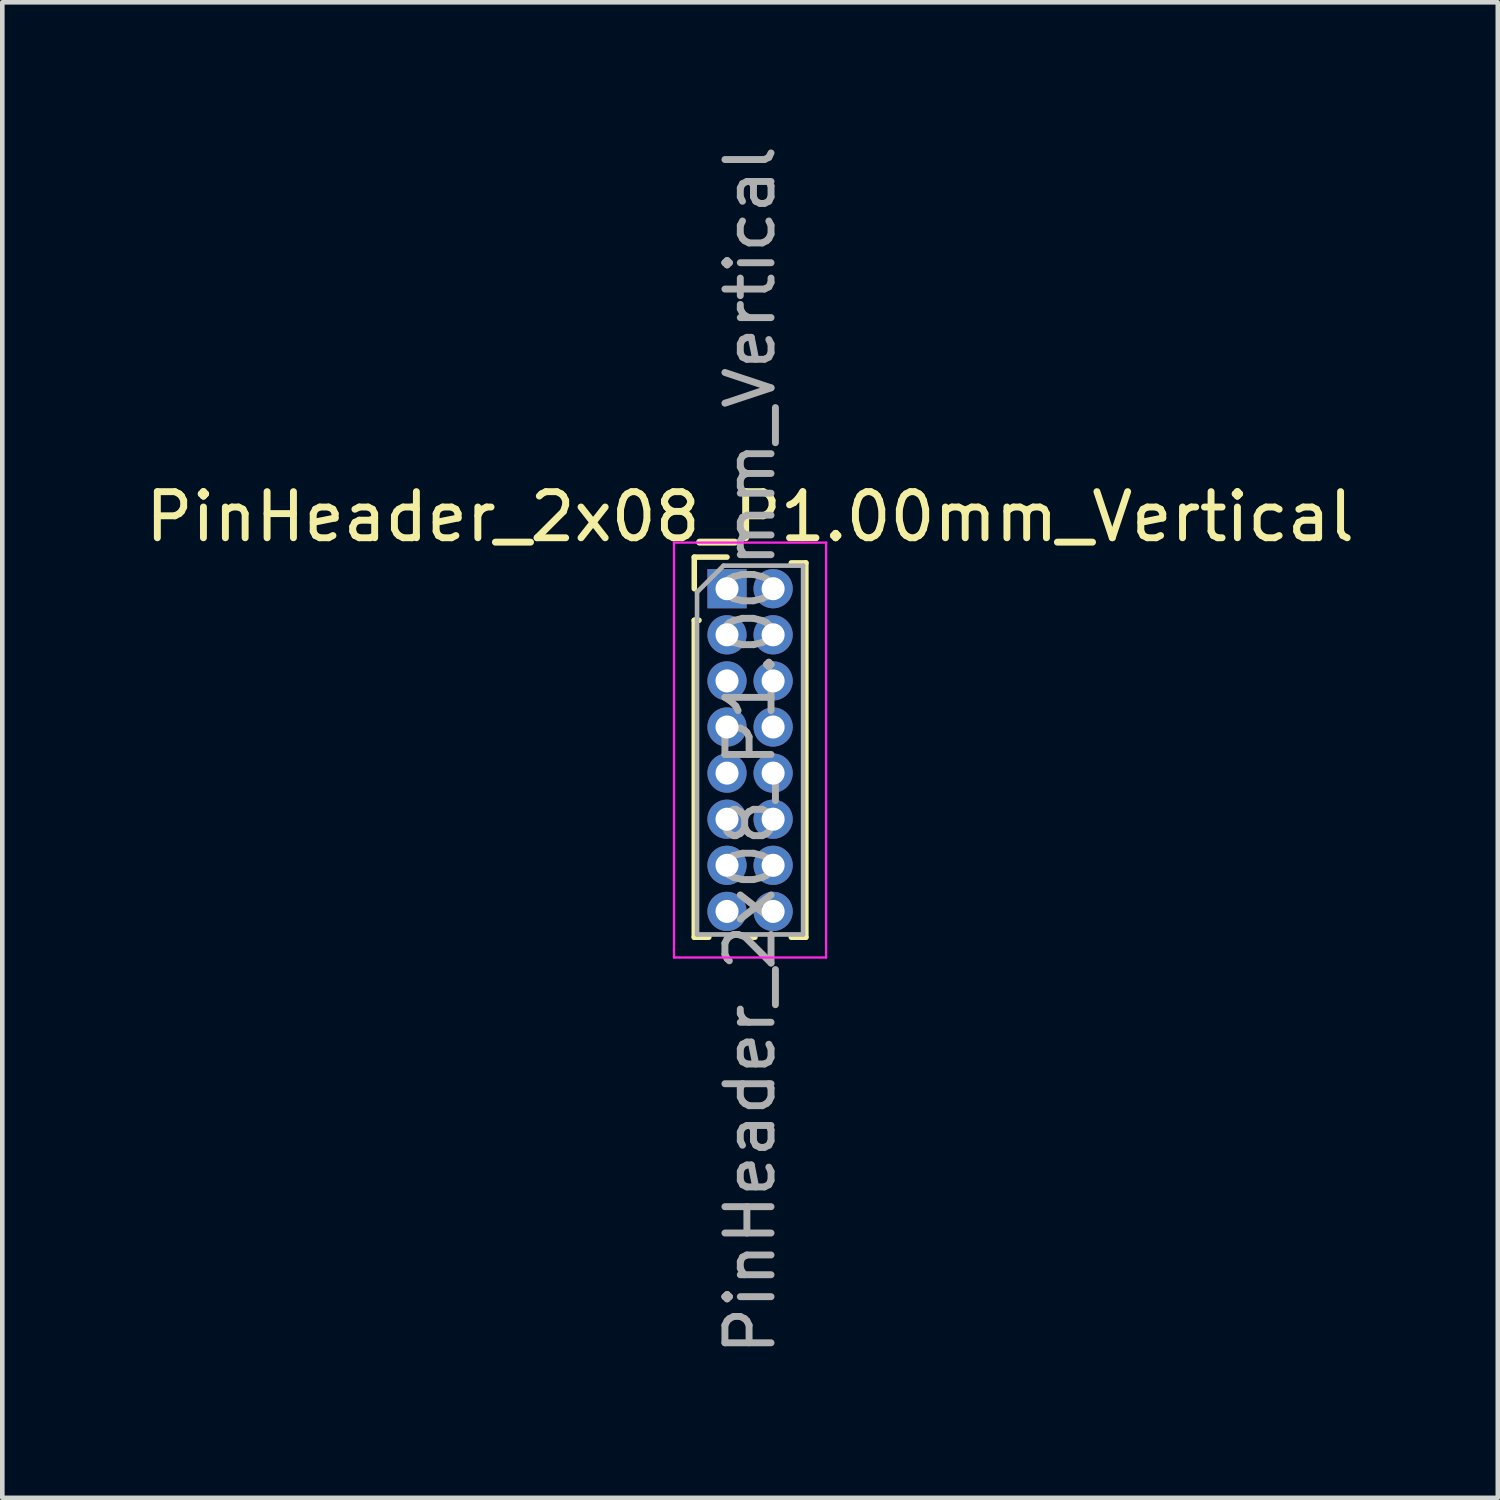
<source format=kicad_pcb>
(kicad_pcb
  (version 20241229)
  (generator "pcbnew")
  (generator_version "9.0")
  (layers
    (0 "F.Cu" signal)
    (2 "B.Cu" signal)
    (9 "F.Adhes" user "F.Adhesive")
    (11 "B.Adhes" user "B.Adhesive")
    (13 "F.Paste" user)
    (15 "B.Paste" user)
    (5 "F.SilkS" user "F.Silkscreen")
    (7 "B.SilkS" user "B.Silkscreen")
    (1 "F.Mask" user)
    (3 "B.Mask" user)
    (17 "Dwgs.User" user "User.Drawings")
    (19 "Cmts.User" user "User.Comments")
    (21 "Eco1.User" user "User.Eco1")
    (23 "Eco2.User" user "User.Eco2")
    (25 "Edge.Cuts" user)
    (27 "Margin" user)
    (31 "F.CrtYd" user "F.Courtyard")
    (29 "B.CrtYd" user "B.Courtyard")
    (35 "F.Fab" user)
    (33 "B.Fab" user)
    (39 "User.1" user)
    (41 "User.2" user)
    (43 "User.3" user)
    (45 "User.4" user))
  (footprint "PinHeader_2x08_P1.00mm_Vertical"
    (layer "F.Cu")
    (at 12.72 9.72)
    (property "Reference" "PinHeader_2x08_P1.00mm_Vertical" (at 0.5 -1.56 0) (layer "F.SilkS") (effects (font (size 1 1) (thickness 0.15))))
    (attr through_hole)
    (fp_line (start -0.71 -0.685) (end 0 -0.685) (stroke (width 0.12) (type solid)) (layer "F.SilkS"))
    (fp_line (start -0.71 0) (end -0.71 -0.685) (stroke (width 0.12) (type solid)) (layer "F.SilkS"))
    (fp_line (start -0.71 0.685) (end -0.71 7.56) (stroke (width 0.12) (type solid)) (layer "F.SilkS"))
    (fp_line (start -0.71 0.685) (end -0.608 0.685) (stroke (width 0.12) (type solid)) (layer "F.SilkS"))
    (fp_line (start -0.71 7.56) (end -0.394 7.56) (stroke (width 0.12) (type solid)) (layer "F.SilkS"))
    (fp_line (start 0.394 7.56) (end 0.606 7.56) (stroke (width 0.12) (type solid)) (layer "F.SilkS"))
    (fp_line (start 1.394 -0.56) (end 1.71 -0.56) (stroke (width 0.12) (type solid)) (layer "F.SilkS"))
    (fp_line (start 1.394 7.56) (end 1.71 7.56) (stroke (width 0.12) (type solid)) (layer "F.SilkS"))
    (fp_line (start 1.71 -0.56) (end 1.71 7.56) (stroke (width 0.12) (type solid)) (layer "F.SilkS"))
    (fp_line (start -1.15 -1) (end -1.15 8) (stroke (width 0.05) (type solid)) (layer "F.CrtYd"))
    (fp_line (start -1.15 8) (end 2.15 8) (stroke (width 0.05) (type solid)) (layer "F.CrtYd"))
    (fp_line (start 2.15 -1) (end -1.15 -1) (stroke (width 0.05) (type solid)) (layer "F.CrtYd"))
    (fp_line (start 2.15 8) (end 2.15 -1) (stroke (width 0.05) (type solid)) (layer "F.CrtYd"))
    (fp_line (start -0.65 0.075) (end -0.075 -0.5) (stroke (width 0.1) (type solid)) (layer "F.Fab"))
    (fp_line (start -0.65 7.5) (end -0.65 0.075) (stroke (width 0.1) (type solid)) (layer "F.Fab"))
    (fp_line (start -0.075 -0.5) (end 1.65 -0.5) (stroke (width 0.1) (type solid)) (layer "F.Fab"))
    (fp_line (start 1.65 -0.5) (end 1.65 7.5) (stroke (width 0.1) (type solid)) (layer "F.Fab"))
    (fp_line (start 1.65 7.5) (end -0.65 7.5) (stroke (width 0.1) (type solid)) (layer "F.Fab"))
    (fp_text user "${REFERENCE}" (at 0.5 3.5 90) (layer "F.Fab") (effects (font (size 1 1) (thickness 0.15))))
    (pad "1" thru_hole rect (at 0 0) (size 0.85 0.85) (drill 0.5) (layers "*.Cu" "*.Mask"))
    (pad "2" thru_hole oval (at 1 0) (size 0.85 0.85) (drill 0.5) (layers "*.Cu" "*.Mask"))
    (pad "3" thru_hole oval (at 0 1) (size 0.85 0.85) (drill 0.5) (layers "*.Cu" "*.Mask"))
    (pad "4" thru_hole oval (at 1 1) (size 0.85 0.85) (drill 0.5) (layers "*.Cu" "*.Mask"))
    (pad "5" thru_hole oval (at 0 2) (size 0.85 0.85) (drill 0.5) (layers "*.Cu" "*.Mask"))
    (pad "6" thru_hole oval (at 1 2) (size 0.85 0.85) (drill 0.5) (layers "*.Cu" "*.Mask"))
    (pad "7" thru_hole oval (at 0 3) (size 0.85 0.85) (drill 0.5) (layers "*.Cu" "*.Mask"))
    (pad "8" thru_hole oval (at 1 3) (size 0.85 0.85) (drill 0.5) (layers "*.Cu" "*.Mask"))
    (pad "9" thru_hole oval (at 0 4) (size 0.85 0.85) (drill 0.5) (layers "*.Cu" "*.Mask"))
    (pad "10" thru_hole oval (at 1 4) (size 0.85 0.85) (drill 0.5) (layers "*.Cu" "*.Mask"))
    (pad "11" thru_hole oval (at 0 5) (size 0.85 0.85) (drill 0.5) (layers "*.Cu" "*.Mask"))
    (pad "12" thru_hole oval (at 1 5) (size 0.85 0.85) (drill 0.5) (layers "*.Cu" "*.Mask"))
    (pad "13" thru_hole oval (at 0 6) (size 0.85 0.85) (drill 0.5) (layers "*.Cu" "*.Mask"))
    (pad "14" thru_hole oval (at 1 6) (size 0.85 0.85) (drill 0.5) (layers "*.Cu" "*.Mask"))
    (pad "15" thru_hole oval (at 0 7) (size 0.85 0.85) (drill 0.5) (layers "*.Cu" "*.Mask"))
    (pad "16" thru_hole oval (at 1 7) (size 0.85 0.85) (drill 0.5) (layers "*.Cu" "*.Mask")))
  (gr_rect
    (start -3 -3)
    (end 29.44 29.44)
    (stroke (width 0.1) (type default))
    (fill no)
    (layer "Edge.Cuts")))
</source>
